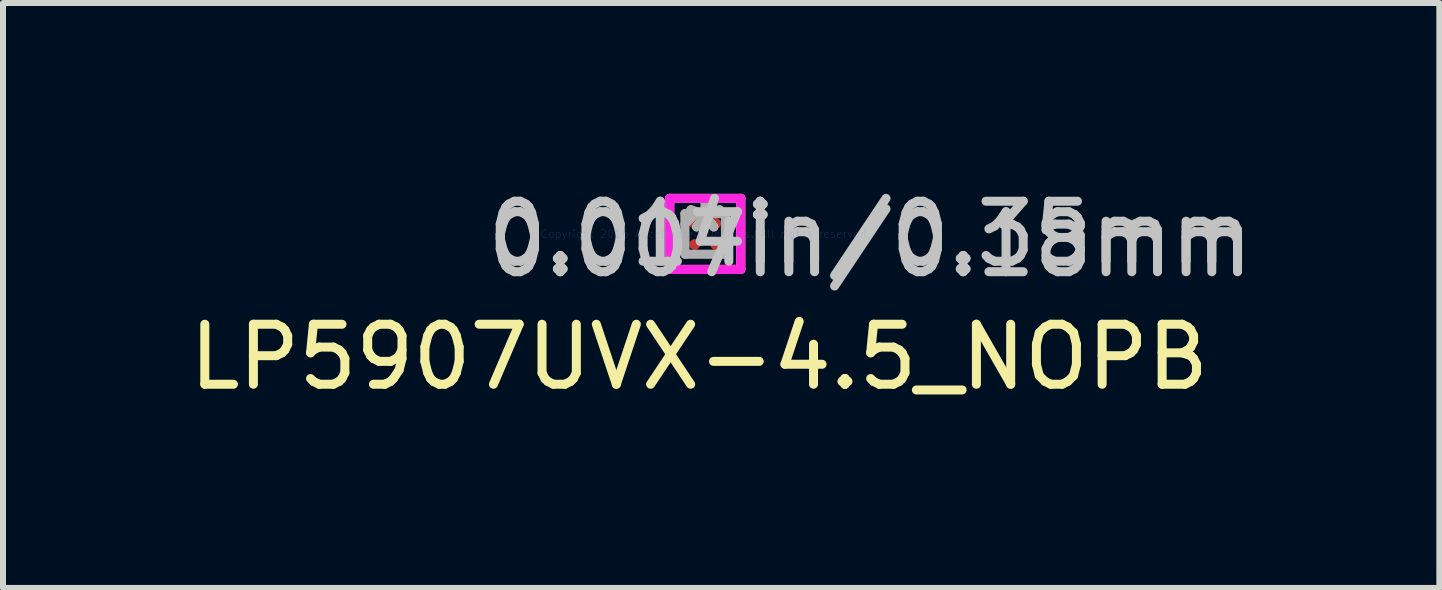
<source format=kicad_pcb>
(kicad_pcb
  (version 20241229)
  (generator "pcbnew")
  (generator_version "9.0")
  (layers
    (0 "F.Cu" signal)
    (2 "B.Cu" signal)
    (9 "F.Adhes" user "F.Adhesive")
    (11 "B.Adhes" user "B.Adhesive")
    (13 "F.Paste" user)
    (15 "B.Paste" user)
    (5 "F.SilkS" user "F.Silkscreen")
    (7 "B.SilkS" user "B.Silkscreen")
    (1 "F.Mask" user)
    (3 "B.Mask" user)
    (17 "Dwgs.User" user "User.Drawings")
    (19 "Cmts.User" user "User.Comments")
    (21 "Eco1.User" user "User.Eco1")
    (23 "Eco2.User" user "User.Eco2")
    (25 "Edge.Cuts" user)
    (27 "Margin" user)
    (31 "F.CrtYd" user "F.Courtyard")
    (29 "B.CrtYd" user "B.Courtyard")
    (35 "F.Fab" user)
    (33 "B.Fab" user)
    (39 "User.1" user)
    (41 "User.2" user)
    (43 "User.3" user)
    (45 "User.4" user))
  (footprint "LP5907UVX-4.5_NOPB"
    (layer "F.Cu")
    (at 8.701 0.848)
    (property "Reference" "LP5907UVX-4.5_NOPB" (at -0.1 2.05 0) (layer "F.SilkS") (effects (font (size 1 1) (thickness 0.15))))
    (attr through_hole)
    (fp_line (start -0.592 -0.592) (end 0.592 -0.592) (stroke (width 0.152) (type solid)) (layer "F.SilkS"))
    (fp_line (start -0.592 0.592) (end -0.592 -0.592) (stroke (width 0.152) (type solid)) (layer "F.SilkS"))
    (fp_line (start 0.592 -0.592) (end 0.592 0.592) (stroke (width 0.152) (type solid)) (layer "F.SilkS"))
    (fp_line (start 0.592 0.592) (end -0.592 0.592) (stroke (width 0.152) (type solid)) (layer "F.SilkS"))
    (fp_line (start -0.592 -0.592) (end 0.592 -0.592) (stroke (width 0.152) (type solid)) (layer "F.CrtYd"))
    (fp_line (start -0.592 0.592) (end -0.592 -0.592) (stroke (width 0.152) (type solid)) (layer "F.CrtYd"))
    (fp_line (start 0.592 -0.592) (end 0.592 0.592) (stroke (width 0.152) (type solid)) (layer "F.CrtYd"))
    (fp_line (start 0.592 0.592) (end -0.592 0.592) (stroke (width 0.152) (type solid)) (layer "F.CrtYd"))
    (fp_line (start -0.338 -0.338) (end -0.338 0.338) (stroke (width 0.152) (type solid)) (layer "F.Fab"))
    (fp_line (start -0.338 0.338) (end 0.338 0.338) (stroke (width 0.152) (type solid)) (layer "F.Fab"))
    (fp_line (start -0.163 -0.338) (end -0.338 -0.163) (stroke (width 0.152) (type solid)) (layer "F.Fab"))
    (fp_line (start 0.338 -0.338) (end -0.338 -0.338) (stroke (width 0.152) (type solid)) (layer "F.Fab"))
    (fp_line (start 0.338 0.338) (end 0.338 -0.338) (stroke (width 0.152) (type solid)) (layer "F.Fab"))
    (fp_text user "*" (at 0 0 0) (layer "F.SilkS") (effects (font (size 1 1) (thickness 0.15))))
    (fp_text user "0.014in/0.35mm" (at 2.751 0 0) (layer "Dwgs.User") (effects (font (size 1 1) (thickness 0.15))))
    (fp_text user "0.007in/0.18mm" (at 2.751 0.175 0) (layer "Dwgs.User") (effects (font (size 1 1) (thickness 0.15))))
    (fp_text user "Copyright 2016 Accelerated Designs. All rights reserved." (at 0 0 0) (layer "Cmts.User") (effects (font (size 0.127 0.127) (thickness 0.002))))
    (fp_text user "*" (at 0 0 0) (layer "F.Fab") (effects (font (size 1 1) (thickness 0.15))))
    (pad "A1" smd circle (at -0.175 -0.175) (size 0.18 0.18) (layers "F.Cu" "F.Mask" "F.Paste"))
    (pad "A2" smd circle (at 0.175 -0.175) (size 0.18 0.18) (layers "F.Cu" "F.Mask" "F.Paste"))
    (pad "B1" smd circle (at -0.175 0.175) (size 0.18 0.18) (layers "F.Cu" "F.Mask" "F.Paste"))
    (pad "B2" smd circle (at 0.175 0.175) (size 0.18 0.18) (layers "F.Cu" "F.Mask" "F.Paste")))
  (gr_rect
    (start -3 -3)
    (end 20.934 6.747)
    (stroke (width 0.1) (type default))
    (fill no)
    (layer "Edge.Cuts")))
</source>
